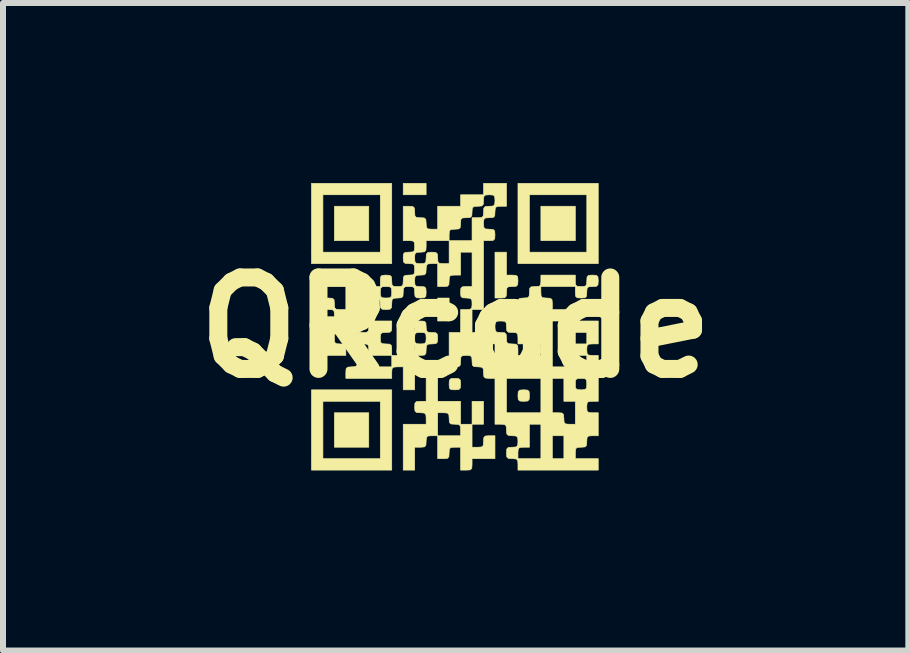
<source format=kicad_pcb>
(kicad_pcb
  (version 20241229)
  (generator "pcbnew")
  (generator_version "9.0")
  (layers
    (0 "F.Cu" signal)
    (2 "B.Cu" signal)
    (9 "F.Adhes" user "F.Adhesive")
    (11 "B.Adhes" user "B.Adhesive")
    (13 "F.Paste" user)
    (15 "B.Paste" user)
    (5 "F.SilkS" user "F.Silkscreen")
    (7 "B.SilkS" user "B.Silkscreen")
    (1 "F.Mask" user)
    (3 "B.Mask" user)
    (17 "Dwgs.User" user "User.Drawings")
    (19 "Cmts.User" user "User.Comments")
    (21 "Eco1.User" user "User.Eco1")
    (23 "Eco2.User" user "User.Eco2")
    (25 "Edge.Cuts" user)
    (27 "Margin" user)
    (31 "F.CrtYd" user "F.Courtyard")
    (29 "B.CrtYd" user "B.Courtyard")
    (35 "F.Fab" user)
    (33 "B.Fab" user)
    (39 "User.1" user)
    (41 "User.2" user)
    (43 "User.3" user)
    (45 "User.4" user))
  (footprint "QRcode"
    (layer "F.Cu")
    (at 4.543 2.408)
    (property "Reference" "QRcode" (at 0 0 0) (layer "F.SilkS") (effects (font (size 1.524 1.524) (thickness 0.3))))
    (attr through_hole)
    (fp_poly (pts (xy -1.448 -1.448) (xy -2.021 -1.448) (xy -2.021 -2.021) (xy -1.448 -2.021) (xy -1.448 -1.448)) (stroke (width 0.01) (type solid)) (fill yes) (layer "F.SilkS"))
    (fp_poly (pts (xy -1.448 1.994) (xy -2.021 1.994) (xy -2.021 1.42) (xy -1.448 1.42) (xy -1.448 1.994)) (stroke (width 0.01) (type solid)) (fill yes) (layer "F.SilkS"))
    (fp_poly (pts (xy -0.492 -2.212) (xy -0.874 -2.212) (xy -0.874 -2.403) (xy -0.492 -2.403) (xy -0.492 -2.212)) (stroke (width 0.01) (type solid)) (fill yes) (layer "F.SilkS"))
    (fp_poly (pts (xy -0.109 -0.109) (xy -0.3 -0.109) (xy -0.3 -0.492) (xy -0.109 -0.492) (xy -0.109 -0.109)) (stroke (width 0.01) (type solid)) (fill yes) (layer "F.SilkS"))
    (fp_poly (pts (xy 0.273 1.229) (xy 0.464 1.229) (xy 0.464 1.611) (xy 0.273 1.611) (xy 0.273 1.229)) (stroke (width 0.01) (type solid)) (fill yes) (layer "F.SilkS"))
    (fp_poly (pts (xy 1.994 -1.448) (xy 1.42 -1.448) (xy 1.42 -2.021) (xy 1.994 -2.021) (xy 1.994 -1.448)) (stroke (width 0.01) (type solid)) (fill yes) (layer "F.SilkS"))
    (fp_poly (pts (xy -1.065 -1.065) (xy -2.403 -1.065) (xy -2.403 -2.212) (xy -2.212 -2.212) (xy -2.212 -1.256) (xy -1.256 -1.256) (xy -1.256 -2.212) (xy -2.212 -2.212) (xy -2.403 -2.212) (xy -2.403 -2.403) (xy -1.065 -2.403) (xy -1.065 -1.065)) (stroke (width 0.01) (type solid)) (fill yes) (layer "F.SilkS"))
    (fp_poly (pts (xy -1.065 2.376) (xy -2.403 2.376) (xy -2.403 1.229) (xy -2.212 1.229) (xy -2.212 2.185) (xy -1.256 2.185) (xy -1.256 1.229) (xy -2.212 1.229) (xy -2.403 1.229) (xy -2.403 1.038) (xy -1.065 1.038) (xy -1.065 2.376)) (stroke (width 0.01) (type solid)) (fill yes) (layer "F.SilkS"))
    (fp_poly (pts (xy 2.376 -1.065) (xy 1.038 -1.065) (xy 1.038 -2.212) (xy 1.229 -2.212) (xy 1.229 -1.256) (xy 2.185 -1.256) (xy 2.185 -2.212) (xy 1.229 -2.212) (xy 1.038 -2.212) (xy 1.038 -2.403) (xy 2.376 -2.403) (xy 2.376 -1.065)) (stroke (width 0.01) (type solid)) (fill yes) (layer "F.SilkS"))
    (fp_poly (pts (xy -2.212 0.56) (xy -2.216 0.624) (xy -2.24 0.65) (xy -2.301 0.655) (xy -2.308 0.655) (xy -2.372 0.651) (xy -2.398 0.627) (xy -2.403 0.567) (xy -2.403 0.56) (xy -2.399 0.496) (xy -2.375 0.47) (xy -2.315 0.464) (xy -2.308 0.464) (xy -2.212 0.464) (xy -2.212 0.56)) (stroke (width 0.01) (type solid)) (fill yes) (layer "F.SilkS"))
    (fp_poly (pts (xy 0.05 0.851) (xy 0.077 0.875) (xy 0.082 0.935) (xy 0.082 0.942) (xy 0.078 1.006) (xy 0.054 1.033) (xy -0.006 1.038) (xy -0.014 1.038) (xy -0.078 1.034) (xy -0.104 1.01) (xy -0.109 0.95) (xy -0.109 0.942) (xy -0.105 0.878) (xy -0.081 0.852) (xy -0.021 0.847) (xy -0.014 0.847) (xy 0.05 0.851)) (stroke (width 0.01) (type solid)) (fill yes) (layer "F.SilkS"))
    (fp_poly (pts (xy 1.198 1.042) (xy 1.224 1.066) (xy 1.229 1.126) (xy 1.229 1.133) (xy 1.225 1.198) (xy 1.201 1.224) (xy 1.141 1.229) (xy 1.133 1.229) (xy 1.069 1.225) (xy 1.043 1.201) (xy 1.038 1.141) (xy 1.038 1.133) (xy 1.042 1.069) (xy 1.066 1.043) (xy 1.126 1.038) (xy 1.133 1.038) (xy 1.198 1.042)) (stroke (width 0.01) (type solid)) (fill yes) (layer "F.SilkS"))
    (fp_poly (pts (xy 0.847 -0.874) (xy 0.942 -0.874) (xy 1.006 -0.87) (xy 1.033 -0.846) (xy 1.038 -0.786) (xy 1.038 -0.778) (xy 1.034 -0.714) (xy 1.01 -0.688) (xy 0.95 -0.683) (xy 0.942 -0.683) (xy 0.878 -0.679) (xy 0.852 -0.655) (xy 0.847 -0.594) (xy 0.847 -0.587) (xy 0.842 -0.523) (xy 0.819 -0.497) (xy 0.758 -0.492) (xy 0.751 -0.492) (xy 0.655 -0.492) (xy 0.655 -1.256) (xy 0.847 -1.256) (xy 0.847 -0.874)) (stroke (width 0.01) (type solid)) (fill yes) (layer "F.SilkS"))
    (fp_poly (pts (xy -0.683 0.369) (xy -0.687 0.305) (xy -0.711 0.278) (xy -0.771 0.273) (xy -0.778 0.273) (xy -0.842 0.269) (xy -0.869 0.245) (xy -0.874 0.185) (xy -0.874 0.178) (xy -0.683 0.178) (xy -0.679 0.242) (xy -0.655 0.268) (xy -0.594 0.273) (xy -0.587 0.273) (xy -0.523 0.269) (xy -0.497 0.245) (xy -0.492 0.185) (xy -0.492 0.178) (xy -0.496 0.113) (xy -0.52 0.087) (xy -0.58 0.082) (xy -0.587 0.082) (xy -0.651 0.086) (xy -0.678 0.11) (xy -0.683 0.17) (xy -0.683 0.178) (xy -0.874 0.178) (xy -0.87 0.113) (xy -0.846 0.087) (xy -0.786 0.082) (xy -0.778 0.082) (xy -0.714 0.078) (xy -0.688 0.054) (xy -0.683 -0.006) (xy -0.683 -0.014) (xy -0.679 -0.078) (xy -0.655 -0.104) (xy -0.594 -0.109) (xy -0.587 -0.109) (xy -0.523 -0.105) (xy -0.497 -0.081) (xy -0.492 -0.021) (xy -0.492 -0.014) (xy -0.487 0.05) (xy -0.464 0.077) (xy -0.403 0.082) (xy -0.396 0.082) (xy -0.332 0.086) (xy -0.306 0.11) (xy -0.3 0.17) (xy -0.3 0.178) (xy -0.305 0.242) (xy -0.329 0.268) (xy -0.389 0.273) (xy -0.396 0.273) (xy -0.46 0.277) (xy -0.486 0.301) (xy -0.492 0.361) (xy -0.492 0.369) (xy -0.496 0.433) (xy -0.52 0.459) (xy -0.58 0.464) (xy -0.587 0.464) (xy -0.683 0.464) (xy -0.683 0.369)) (stroke (width 0.01) (type solid)) (fill yes) (layer "F.SilkS"))
    (fp_poly (pts (xy 0.273 1.994) (xy 0.369 1.994) (xy 0.433 1.99) (xy 0.459 1.966) (xy 0.464 1.905) (xy 0.464 1.898) (xy 0.469 1.834) (xy 0.492 1.808) (xy 0.553 1.803) (xy 0.56 1.803) (xy 0.655 1.803) (xy 0.655 2.185) (xy 0.273 2.185) (xy 0.273 2.281) (xy 0.269 2.345) (xy 0.245 2.371) (xy 0.185 2.376) (xy 0.178 2.376) (xy 0.082 2.376) (xy 0.082 1.994) (xy -0.014 1.994) (xy -0.078 1.998) (xy -0.104 2.022) (xy -0.109 2.082) (xy -0.109 2.089) (xy -0.113 2.153) (xy -0.137 2.18) (xy -0.198 2.185) (xy -0.205 2.185) (xy -0.3 2.185) (xy -0.3 1.803) (xy -0.396 1.803) (xy -0.46 1.807) (xy -0.486 1.831) (xy -0.492 1.891) (xy -0.492 1.898) (xy -0.496 1.962) (xy -0.52 1.989) (xy -0.58 1.994) (xy -0.587 1.994) (xy -0.683 1.994) (xy -0.683 2.376) (xy -0.874 2.376) (xy -0.874 1.611) (xy -0.492 1.611) (xy -0.492 1.516) (xy -0.496 1.452) (xy -0.52 1.425) (xy -0.58 1.42) (xy -0.587 1.42) (xy -0.3 1.42) (xy -0.3 1.803) (xy 0.082 1.803) (xy 0.082 1.707) (xy 0.078 1.643) (xy 0.054 1.617) (xy -0.006 1.611) (xy -0.014 1.611) (xy -0.078 1.607) (xy -0.104 1.583) (xy -0.109 1.523) (xy -0.109 1.516) (xy -0.113 1.452) (xy -0.137 1.425) (xy -0.198 1.42) (xy -0.205 1.42) (xy -0.3 1.42) (xy -0.587 1.42) (xy -0.651 1.416) (xy -0.678 1.392) (xy -0.683 1.332) (xy -0.683 1.325) (xy -0.679 1.261) (xy -0.655 1.234) (xy -0.594 1.229) (xy -0.587 1.229) (xy -0.492 1.229) (xy -0.492 0.655) (xy -0.3 0.655) (xy -0.3 1.229) (xy 0.082 1.229) (xy 0.082 1.611) (xy 0.273 1.611) (xy 0.273 1.994)) (stroke (width 0.01) (type solid)) (fill yes) (layer "F.SilkS"))
    (fp_poly (pts (xy -0.683 1.038) (xy -0.874 1.038) (xy -0.874 0.655) (xy -0.97 0.655) (xy -1.034 0.66) (xy -1.06 0.684) (xy -1.065 0.744) (xy -1.065 0.751) (xy -1.065 0.847) (xy -1.83 0.847) (xy -1.83 0.751) (xy -1.826 0.687) (xy -1.802 0.661) (xy -1.742 0.655) (xy -1.734 0.655) (xy -1.67 0.651) (xy -1.644 0.627) (xy -1.639 0.567) (xy -1.639 0.56) (xy -1.634 0.496) (xy -1.611 0.47) (xy -1.55 0.464) (xy -1.543 0.464) (xy -1.448 0.464) (xy -1.448 0.655) (xy -1.065 0.655) (xy -1.065 0.464) (xy -1.448 0.464) (xy -1.543 0.464) (xy -1.479 0.46) (xy -1.453 0.436) (xy -1.448 0.376) (xy -1.448 0.369) (xy -1.452 0.305) (xy -1.476 0.278) (xy -1.536 0.273) (xy -1.543 0.273) (xy -1.607 0.269) (xy -1.633 0.245) (xy -1.639 0.185) (xy -1.639 0.178) (xy -1.639 0.082) (xy -2.021 0.082) (xy -2.021 0.178) (xy -2.017 0.242) (xy -1.993 0.268) (xy -1.933 0.273) (xy -1.925 0.273) (xy -1.861 0.277) (xy -1.835 0.301) (xy -1.83 0.361) (xy -1.83 0.369) (xy -1.83 0.464) (xy -2.212 0.464) (xy -2.212 0.082) (xy -2.308 0.082) (xy -2.372 0.078) (xy -2.398 0.054) (xy -2.403 -0.006) (xy -2.403 -0.014) (xy -1.639 -0.014) (xy -1.634 0.05) (xy -1.611 0.077) (xy -1.55 0.082) (xy -1.543 0.082) (xy -1.479 0.078) (xy -1.453 0.054) (xy -1.448 -0.006) (xy -1.448 -0.014) (xy -1.452 -0.078) (xy -1.476 -0.104) (xy -1.536 -0.109) (xy -1.543 -0.109) (xy -1.607 -0.105) (xy -1.633 -0.081) (xy -1.639 -0.021) (xy -1.639 -0.014) (xy -2.403 -0.014) (xy -2.403 -0.109) (xy -2.021 -0.109) (xy -2.021 -0.205) (xy -2.025 -0.269) (xy -2.049 -0.295) (xy -2.109 -0.3) (xy -2.117 -0.3) (xy -2.181 -0.305) (xy -2.207 -0.329) (xy -2.212 -0.389) (xy -2.212 -0.396) (xy -2.208 -0.46) (xy -2.184 -0.486) (xy -2.124 -0.492) (xy -2.117 -0.492) (xy -2.053 -0.487) (xy -2.026 -0.464) (xy -2.021 -0.403) (xy -2.021 -0.396) (xy -2.017 -0.332) (xy -1.993 -0.306) (xy -1.933 -0.3) (xy -1.925 -0.3) (xy -1.83 -0.3) (xy -1.83 -0.587) (xy -1.256 -0.587) (xy -1.252 -0.523) (xy -1.228 -0.497) (xy -1.168 -0.492) (xy -1.161 -0.492) (xy -1.097 -0.496) (xy -1.07 -0.52) (xy -1.065 -0.58) (xy -1.065 -0.587) (xy -1.069 -0.651) (xy -1.093 -0.678) (xy -1.153 -0.683) (xy -1.161 -0.683) (xy -1.225 -0.679) (xy -1.251 -0.655) (xy -1.256 -0.594) (xy -1.256 -0.587) (xy -1.83 -0.587) (xy -1.83 -0.683) (xy -2.403 -0.683) (xy -2.403 -0.874) (xy -1.639 -0.874) (xy -1.639 -0.683) (xy -1.256 -0.683) (xy -1.256 -0.778) (xy -1.252 -0.842) (xy -1.228 -0.869) (xy -1.168 -0.874) (xy -1.161 -0.874) (xy -1.097 -0.87) (xy -1.07 -0.846) (xy -1.065 -0.786) (xy -1.065 -0.778) (xy -1.061 -0.714) (xy -1.037 -0.688) (xy -0.977 -0.683) (xy -0.97 -0.683) (xy -0.906 -0.687) (xy -0.879 -0.711) (xy -0.874 -0.771) (xy -0.874 -0.778) (xy -0.87 -0.842) (xy -0.846 -0.869) (xy -0.786 -0.874) (xy -0.778 -0.874) (xy -0.714 -0.878) (xy -0.688 -0.902) (xy -0.683 -0.962) (xy -0.683 -0.97) (xy -0.687 -1.034) (xy -0.711 -1.06) (xy -0.771 -1.065) (xy -0.778 -1.065) (xy -0.842 -1.069) (xy -0.869 -1.093) (xy -0.874 -1.153) (xy -0.874 -1.161) (xy -0.683 -1.161) (xy -0.679 -1.097) (xy -0.655 -1.07) (xy -0.594 -1.065) (xy -0.587 -1.065) (xy -0.523 -1.069) (xy -0.497 -1.093) (xy -0.492 -1.153) (xy -0.492 -1.161) (xy -0.487 -1.225) (xy -0.464 -1.251) (xy -0.403 -1.256) (xy -0.396 -1.256) (xy -0.332 -1.252) (xy -0.306 -1.228) (xy -0.3 -1.168) (xy -0.3 -1.161) (xy -0.296 -1.097) (xy -0.272 -1.07) (xy -0.212 -1.065) (xy -0.205 -1.065) (xy -0.109 -1.065) (xy -0.109 -1.448) (xy -0.492 -1.448) (xy -0.492 -1.352) (xy -0.496 -1.288) (xy -0.52 -1.262) (xy -0.58 -1.256) (xy -0.587 -1.256) (xy -0.651 -1.252) (xy -0.678 -1.228) (xy -0.683 -1.168) (xy -0.683 -1.161) (xy -0.874 -1.161) (xy -0.87 -1.225) (xy -0.846 -1.251) (xy -0.786 -1.256) (xy -0.778 -1.256) (xy -0.714 -1.261) (xy -0.688 -1.284) (xy -0.683 -1.345) (xy -0.683 -1.352) (xy -0.687 -1.416) (xy -0.711 -1.442) (xy -0.771 -1.448) (xy -0.778 -1.448) (xy -0.874 -1.448) (xy -0.874 -1.543) (xy -0.109 -1.543) (xy -0.109 -1.448) (xy 0.273 -1.448) (xy 0.273 -1.83) (xy 0.369 -1.83) (xy 0.433 -1.834) (xy 0.459 -1.858) (xy 0.464 -1.918) (xy 0.464 -1.925) (xy 0.469 -1.99) (xy 0.492 -2.016) (xy 0.553 -2.021) (xy 0.56 -2.021) (xy 0.624 -2.025) (xy 0.65 -2.049) (xy 0.655 -2.109) (xy 0.655 -2.117) (xy 0.651 -2.181) (xy 0.627 -2.207) (xy 0.567 -2.212) (xy 0.56 -2.212) (xy 0.496 -2.208) (xy 0.47 -2.184) (xy 0.464 -2.124) (xy 0.464 -2.117) (xy 0.46 -2.053) (xy 0.436 -2.026) (xy 0.376 -2.021) (xy 0.369 -2.021) (xy 0.305 -2.017) (xy 0.278 -1.993) (xy 0.273 -1.933) (xy 0.273 -1.925) (xy 0.269 -1.861) (xy 0.245 -1.835) (xy 0.185 -1.83) (xy 0.178 -1.83) (xy 0.113 -1.826) (xy 0.087 -1.802) (xy 0.082 -1.742) (xy 0.082 -1.734) (xy 0.078 -1.67) (xy 0.054 -1.644) (xy -0.006 -1.639) (xy -0.014 -1.639) (xy -0.078 -1.634) (xy -0.104 -1.611) (xy -0.109 -1.55) (xy -0.109 -1.543) (xy -0.874 -1.543) (xy -0.874 -2.021) (xy -0.778 -2.021) (xy -0.714 -2.017) (xy -0.688 -1.993) (xy -0.683 -1.933) (xy -0.683 -1.925) (xy -0.679 -1.861) (xy -0.655 -1.835) (xy -0.594 -1.83) (xy -0.587 -1.83) (xy -0.523 -1.826) (xy -0.497 -1.802) (xy -0.492 -1.742) (xy -0.492 -1.734) (xy -0.487 -1.67) (xy -0.464 -1.644) (xy -0.403 -1.639) (xy -0.396 -1.639) (xy -0.3 -1.639) (xy -0.3 -2.021) (xy 0.082 -2.021) (xy 0.082 -2.212) (xy 0.464 -2.212) (xy 0.464 -2.403) (xy 0.847 -2.403) (xy 0.847 -2.021) (xy 0.751 -2.021) (xy 0.687 -2.017) (xy 0.661 -1.993) (xy 0.655 -1.933) (xy 0.655 -1.925) (xy 0.651 -1.861) (xy 0.627 -1.835) (xy 0.567 -1.83) (xy 0.56 -1.83) (xy 0.496 -1.826) (xy 0.47 -1.802) (xy 0.464 -1.742) (xy 0.464 -1.734) (xy 0.469 -1.67) (xy 0.492 -1.644) (xy 0.553 -1.639) (xy 0.56 -1.639) (xy 0.624 -1.634) (xy 0.65 -1.611) (xy 0.655 -1.55) (xy 0.655 -1.543) (xy 0.651 -1.479) (xy 0.627 -1.453) (xy 0.567 -1.448) (xy 0.56 -1.448) (xy 0.464 -1.448) (xy 0.464 -0.3) (xy 1.038 -0.3) (xy 1.038 -0.396) (xy 1.042 -0.46) (xy 1.066 -0.486) (xy 1.126 -0.492) (xy 1.133 -0.492) (xy 1.198 -0.496) (xy 1.224 -0.52) (xy 1.229 -0.58) (xy 1.229 -0.587) (xy 1.233 -0.651) (xy 1.257 -0.678) (xy 1.317 -0.683) (xy 1.325 -0.683) (xy 1.389 -0.687) (xy 1.415 -0.711) (xy 1.42 -0.771) (xy 1.42 -0.778) (xy 1.42 -0.874) (xy 1.994 -0.874) (xy 1.994 -0.778) (xy 1.998 -0.714) (xy 2.022 -0.688) (xy 2.082 -0.683) (xy 2.089 -0.683) (xy 2.153 -0.687) (xy 2.18 -0.711) (xy 2.185 -0.771) (xy 2.185 -0.778) (xy 2.189 -0.842) (xy 2.213 -0.869) (xy 2.273 -0.874) (xy 2.281 -0.874) (xy 2.345 -0.87) (xy 2.371 -0.846) (xy 2.376 -0.786) (xy 2.376 -0.778) (xy 2.372 -0.714) (xy 2.348 -0.688) (xy 2.288 -0.683) (xy 2.281 -0.683) (xy 2.216 -0.679) (xy 2.19 -0.655) (xy 2.185 -0.594) (xy 2.185 -0.587) (xy 2.181 -0.523) (xy 2.157 -0.497) (xy 2.097 -0.492) (xy 2.089 -0.492) (xy 2.025 -0.496) (xy 1.999 -0.52) (xy 1.994 -0.58) (xy 1.994 -0.587) (xy 1.994 -0.683) (xy 1.42 -0.683) (xy 1.42 -0.587) (xy 1.424 -0.523) (xy 1.448 -0.497) (xy 1.509 -0.492) (xy 1.516 -0.492) (xy 1.58 -0.487) (xy 1.606 -0.464) (xy 1.611 -0.403) (xy 1.611 -0.396) (xy 1.611 -0.3) (xy 1.994 -0.3) (xy 1.994 -0.109) (xy 2.376 -0.109) (xy 2.376 0.273) (xy 2.281 0.273) (xy 2.216 0.277) (xy 2.19 0.301) (xy 2.185 0.361) (xy 2.185 0.369) (xy 2.189 0.433) (xy 2.213 0.459) (xy 2.273 0.464) (xy 2.281 0.464) (xy 2.376 0.464) (xy 2.376 1.229) (xy 2.281 1.229) (xy 2.216 1.233) (xy 2.19 1.257) (xy 2.185 1.317) (xy 2.185 1.325) (xy 2.189 1.389) (xy 2.213 1.415) (xy 2.273 1.42) (xy 2.281 1.42) (xy 2.376 1.42) (xy 2.376 1.803) (xy 2.281 1.803) (xy 2.216 1.807) (xy 2.19 1.831) (xy 2.185 1.891) (xy 2.185 1.898) (xy 2.181 1.962) (xy 2.157 1.989) (xy 2.097 1.994) (xy 2.089 1.994) (xy 2.025 1.998) (xy 1.999 2.022) (xy 1.994 2.082) (xy 1.994 2.089) (xy 1.994 2.185) (xy 2.376 2.185) (xy 2.376 2.376) (xy 1.038 2.376) (xy 1.038 2.281) (xy 1.034 2.216) (xy 1.01 2.19) (xy 0.95 2.185) (xy 0.942 2.185) (xy 0.878 2.181) (xy 0.852 2.157) (xy 0.847 2.097) (xy 0.847 2.089) (xy 1.038 2.089) (xy 1.038 2.185) (xy 1.42 2.185) (xy 1.42 1.803) (xy 1.611 1.803) (xy 1.611 2.185) (xy 1.803 2.185) (xy 1.803 1.803) (xy 1.611 1.803) (xy 1.42 1.803) (xy 1.42 1.611) (xy 1.229 1.611) (xy 1.229 1.994) (xy 1.133 1.994) (xy 1.069 1.998) (xy 1.043 2.022) (xy 1.038 2.082) (xy 1.038 2.089) (xy 0.847 2.089) (xy 0.851 2.025) (xy 0.875 1.999) (xy 0.935 1.994) (xy 0.942 1.994) (xy 1.006 1.99) (xy 1.033 1.966) (xy 1.038 1.905) (xy 1.038 1.898) (xy 1.034 1.834) (xy 1.01 1.808) (xy 0.95 1.803) (xy 0.942 1.803) (xy 0.878 1.798) (xy 0.852 1.774) (xy 0.847 1.714) (xy 0.847 1.707) (xy 0.842 1.643) (xy 0.819 1.617) (xy 0.758 1.611) (xy 0.751 1.611) (xy 0.655 1.611) (xy 0.655 0.847) (xy 0.847 0.847) (xy 0.847 1.42) (xy 1.42 1.42) (xy 1.42 0.847) (xy 1.611 0.847) (xy 1.611 1.42) (xy 1.707 1.42) (xy 1.771 1.424) (xy 1.797 1.448) (xy 1.803 1.509) (xy 1.803 1.516) (xy 1.807 1.58) (xy 1.831 1.606) (xy 1.891 1.611) (xy 1.898 1.611) (xy 1.994 1.611) (xy 1.994 1.229) (xy 1.803 1.229) (xy 1.803 0.942) (xy 1.994 0.942) (xy 1.998 1.006) (xy 2.022 1.033) (xy 2.082 1.038) (xy 2.089 1.038) (xy 2.153 1.034) (xy 2.18 1.01) (xy 2.185 0.95) (xy 2.185 0.942) (xy 2.181 0.878) (xy 2.157 0.852) (xy 2.097 0.847) (xy 2.089 0.847) (xy 2.025 0.851) (xy 1.999 0.875) (xy 1.994 0.935) (xy 1.994 0.942) (xy 1.803 0.942) (xy 1.803 0.847) (xy 1.611 0.847) (xy 1.42 0.847) (xy 0.847 0.847) (xy 0.655 0.847) (xy 0.56 0.847) (xy 0.496 0.842) (xy 0.47 0.819) (xy 0.464 0.758) (xy 0.464 0.751) (xy 0.46 0.687) (xy 0.436 0.661) (xy 0.376 0.655) (xy 0.369 0.655) (xy 0.305 0.651) (xy 0.278 0.627) (xy 0.273 0.567) (xy 0.273 0.56) (xy 0.269 0.496) (xy 0.245 0.47) (xy 0.185 0.464) (xy 0.178 0.464) (xy 0.113 0.469) (xy 0.087 0.492) (xy 0.082 0.553) (xy 0.082 0.56) (xy 0.078 0.624) (xy 0.054 0.65) (xy -0.006 0.655) (xy -0.014 0.655) (xy -0.109 0.655) (xy -0.109 0.273) (xy 0.464 0.273) (xy 0.464 0.655) (xy 0.655 0.655) (xy 0.655 0.273) (xy 0.464 0.273) (xy -0.109 0.273) (xy -0.109 0.082) (xy 0.082 0.082) (xy 0.082 -0.3) (xy 0.178 -0.3) (xy 0.273 -0.3) (xy 0.273 0.082) (xy 0.464 0.082) (xy 0.464 -0.014) (xy 0.655 -0.014) (xy 0.66 0.05) (xy 0.684 0.077) (xy 0.744 0.082) (xy 0.751 0.082) (xy 0.815 0.086) (xy 0.841 0.11) (xy 0.847 0.17) (xy 0.847 0.178) (xy 0.851 0.242) (xy 0.875 0.268) (xy 0.935 0.273) (xy 0.942 0.273) (xy 1.006 0.277) (xy 1.033 0.301) (xy 1.038 0.361) (xy 1.038 0.369) (xy 1.038 0.464) (xy 1.42 0.464) (xy 1.42 0.273) (xy 1.038 0.273) (xy 1.038 0.178) (xy 1.034 0.113) (xy 1.01 0.087) (xy 0.95 0.082) (xy 0.942 0.082) (xy 0.878 0.078) (xy 0.852 0.054) (xy 0.847 -0.006) (xy 0.847 -0.014) (xy 0.842 -0.078) (xy 0.819 -0.104) (xy 0.758 -0.109) (xy 0.751 -0.109) (xy 1.611 -0.109) (xy 1.611 0.655) (xy 2.185 0.655) (xy 2.185 0.464) (xy 1.803 0.464) (xy 1.803 0.273) (xy 2.185 0.273) (xy 2.185 0.082) (xy 1.803 0.082) (xy 1.803 -0.014) (xy 1.798 -0.078) (xy 1.774 -0.104) (xy 1.714 -0.109) (xy 1.707 -0.109) (xy 1.611 -0.109) (xy 0.751 -0.109) (xy 0.687 -0.105) (xy 0.661 -0.081) (xy 0.655 -0.021) (xy 0.655 -0.014) (xy 0.464 -0.014) (xy 0.464 -0.3) (xy 0.273 -0.3) (xy 0.178 -0.3) (xy 0.242 -0.305) (xy 0.268 -0.329) (xy 0.273 -0.389) (xy 0.273 -0.396) (xy 0.269 -0.46) (xy 0.245 -0.486) (xy 0.185 -0.492) (xy 0.178 -0.492) (xy 0.113 -0.496) (xy 0.087 -0.52) (xy 0.082 -0.58) (xy 0.082 -0.587) (xy 0.086 -0.651) (xy 0.11 -0.678) (xy 0.17 -0.683) (xy 0.178 -0.683) (xy 0.273 -0.683) (xy 0.273 -1.256) (xy 0.082 -1.256) (xy 0.082 -0.874) (xy -0.014 -0.874) (xy -0.078 -0.87) (xy -0.104 -0.846) (xy -0.109 -0.786) (xy -0.109 -0.778) (xy -0.113 -0.714) (xy -0.137 -0.688) (xy -0.198 -0.683) (xy -0.205 -0.683) (xy -0.3 -0.683) (xy -0.3 -1.065) (xy -0.396 -1.065) (xy -0.46 -1.061) (xy -0.486 -1.037) (xy -0.492 -0.977) (xy -0.492 -0.97) (xy -0.496 -0.906) (xy -0.52 -0.879) (xy -0.58 -0.874) (xy -0.587 -0.874) (xy -0.651 -0.87) (xy -0.678 -0.846) (xy -0.683 -0.786) (xy -0.683 -0.778) (xy -0.679 -0.714) (xy -0.655 -0.688) (xy -0.594 -0.683) (xy -0.587 -0.683) (xy -0.523 -0.679) (xy -0.497 -0.655) (xy -0.492 -0.594) (xy -0.492 -0.587) (xy -0.496 -0.523) (xy -0.52 -0.497) (xy -0.58 -0.492) (xy -0.587 -0.492) (xy -0.651 -0.496) (xy -0.678 -0.52) (xy -0.683 -0.58) (xy -0.683 -0.587) (xy -0.687 -0.651) (xy -0.711 -0.678) (xy -0.771 -0.683) (xy -0.778 -0.683) (xy -0.842 -0.679) (xy -0.869 -0.655) (xy -0.874 -0.594) (xy -0.874 -0.587) (xy -0.878 -0.523) (xy -0.902 -0.497) (xy -0.962 -0.492) (xy -0.97 -0.492) (xy -1.034 -0.487) (xy -1.06 -0.464) (xy -1.065 -0.403) (xy -1.065 -0.396) (xy -1.069 -0.332) (xy -1.093 -0.306) (xy -1.153 -0.3) (xy -1.161 -0.3) (xy -1.225 -0.305) (xy -1.251 -0.329) (xy -1.256 -0.389) (xy -1.256 -0.396) (xy -1.261 -0.46) (xy -1.284 -0.486) (xy -1.345 -0.492) (xy -1.352 -0.492) (xy -1.448 -0.492) (xy -1.448 -0.109) (xy -1.065 -0.109) (xy -1.065 -0.014) (xy -1.069 0.05) (xy -1.093 0.077) (xy -1.153 0.082) (xy -1.161 0.082) (xy -1.225 0.086) (xy -1.251 0.11) (xy -1.256 0.17) (xy -1.256 0.178) (xy -1.252 0.242) (xy -1.228 0.268) (xy -1.168 0.273) (xy -1.161 0.273) (xy -1.097 0.277) (xy -1.07 0.301) (xy -1.065 0.361) (xy -1.065 0.369) (xy -1.065 0.464) (xy -0.683 0.464) (xy -0.683 1.038)) (stroke (width 0.01) (type solid)) (fill yes) (layer "F.SilkS")))
  (gr_rect
    (start -3 -3)
    (end 12.086 7.79)
    (stroke (width 0.1) (type default))
    (fill no)
    (layer "Edge.Cuts")))
</source>
